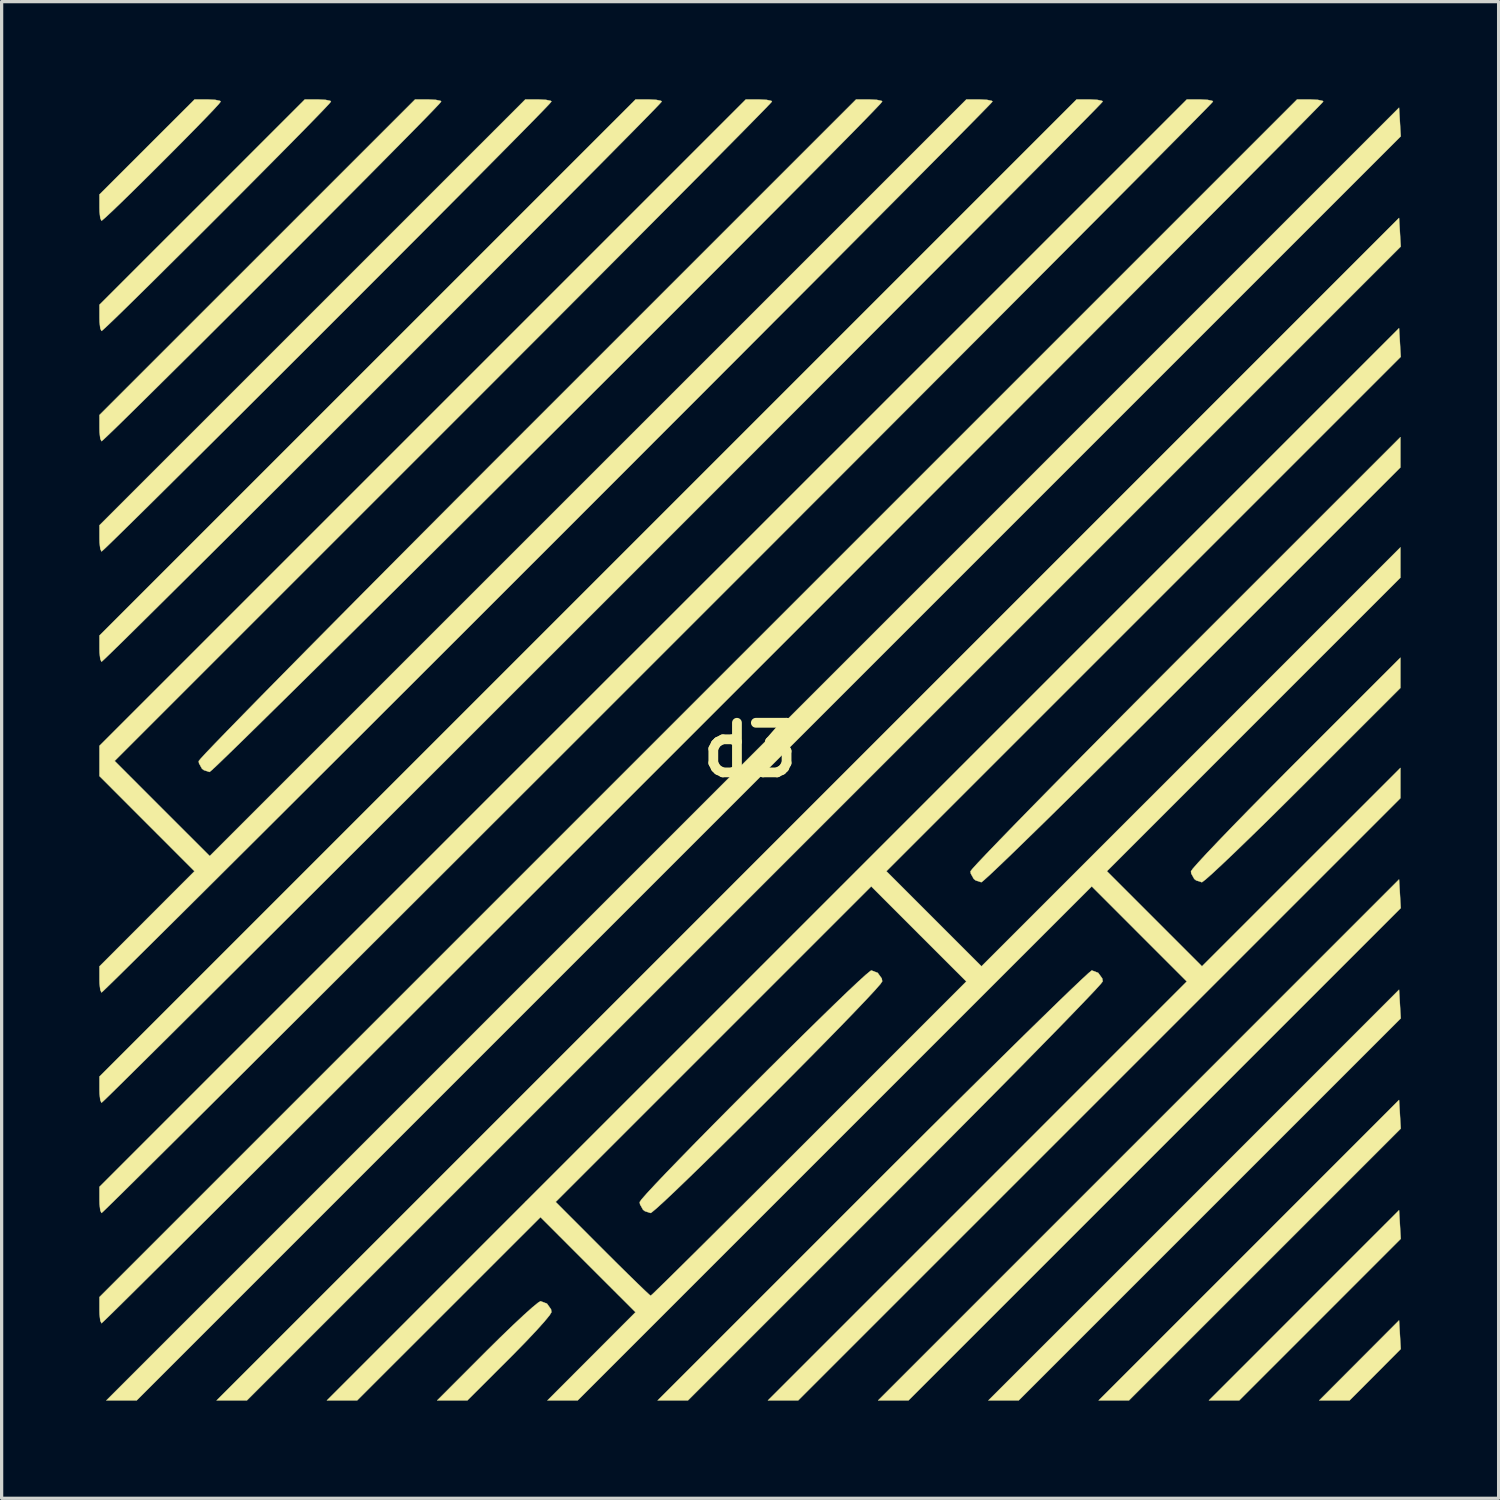
<source format=kicad_pcb>
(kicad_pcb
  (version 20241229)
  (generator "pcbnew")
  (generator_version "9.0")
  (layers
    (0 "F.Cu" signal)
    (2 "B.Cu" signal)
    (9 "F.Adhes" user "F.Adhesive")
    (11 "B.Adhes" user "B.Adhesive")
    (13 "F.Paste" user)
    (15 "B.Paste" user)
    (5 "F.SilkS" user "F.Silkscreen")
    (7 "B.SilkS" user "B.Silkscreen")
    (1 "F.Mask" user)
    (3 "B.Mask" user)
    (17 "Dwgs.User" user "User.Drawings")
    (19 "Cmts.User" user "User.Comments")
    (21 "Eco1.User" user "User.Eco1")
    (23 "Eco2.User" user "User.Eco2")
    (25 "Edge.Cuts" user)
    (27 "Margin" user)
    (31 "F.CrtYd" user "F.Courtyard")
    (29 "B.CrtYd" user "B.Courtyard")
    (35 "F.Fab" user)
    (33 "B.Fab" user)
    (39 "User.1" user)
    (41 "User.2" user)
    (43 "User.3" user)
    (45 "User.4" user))
  (footprint "d3"
    (layer "F.Cu")
    (at 19.986 19.986)
    (property "Reference" "d3" (at 0 0 0) (layer "F.SilkS") (effects (font (size 1.524 1.524) (thickness 0.3))))
    (attr through_hole)
    (fp_poly (pts (xy 19.991 -15.462) (xy 2.27 2.26) (xy -15.452 19.981) (xy -16.383 19.981) (xy 19.939 -16.342) (xy 19.991 -15.462)) (stroke (width 0.01) (type solid)) (fill yes) (layer "F.SilkS"))
    (fp_poly (pts (xy 19.965 11.191) (xy 19.991 11.631) (xy 15.817 15.806) (xy 11.642 19.981) (xy 10.711 19.981) (xy 19.939 10.751) (xy 19.965 11.191)) (stroke (width 0.01) (type solid)) (fill yes) (layer "F.SilkS"))
    (fp_poly (pts (xy 19.991 8.245) (xy 14.123 14.113) (xy 8.255 19.981) (xy 7.324 19.981) (xy 13.632 13.673) (xy 19.939 7.364) (xy 19.991 8.245)) (stroke (width 0.01) (type solid)) (fill yes) (layer "F.SilkS"))
    (fp_poly (pts (xy 19.991 -18.848) (xy 0.577 0.566) (xy -18.838 19.981) (xy -19.77 19.981) (xy 0.085 0.126) (xy 19.939 -19.729) (xy 19.991 -18.848)) (stroke (width 0.01) (type solid)) (fill yes) (layer "F.SilkS"))
    (fp_poly (pts (xy 19.965 17.962) (xy 19.991 18.402) (xy 19.205 19.192) (xy 18.418 19.981) (xy 17.486 19.981) (xy 18.712 18.752) (xy 19.939 17.522) (xy 19.965 17.962)) (stroke (width 0.01) (type solid)) (fill yes) (layer "F.SilkS"))
    (fp_poly (pts (xy 19.965 14.577) (xy 19.991 15.017) (xy 17.51 17.499) (xy 15.029 19.981) (xy 14.098 19.981) (xy 17.018 17.059) (xy 19.939 14.137) (xy 19.965 14.577)) (stroke (width 0.01) (type solid)) (fill yes) (layer "F.SilkS"))
    (fp_poly (pts (xy 19.965 4.418) (xy 19.991 4.858) (xy 12.43 12.42) (xy 4.869 19.981) (xy 3.937 19.981) (xy 11.938 11.979) (xy 19.939 3.977) (xy 19.965 4.418)) (stroke (width 0.01) (type solid)) (fill yes) (layer "F.SilkS"))
    (fp_poly (pts (xy -6.235 17.007) (xy -6.11 17.181) (xy -6.096 17.269) (xy -6.154 17.365) (xy -6.315 17.561) (xy -6.562 17.836) (xy -6.878 18.171) (xy -7.245 18.547) (xy -7.388 18.691) (xy -8.68 19.981) (xy -9.608 19.981) (xy -8.086 18.457) (xy -7.666 18.042) (xy -7.28 17.67) (xy -6.946 17.357) (xy -6.681 17.12) (xy -6.502 16.974) (xy -6.431 16.933) (xy -6.235 17.007)) (stroke (width 0.01) (type solid)) (fill yes) (layer "F.SilkS"))
    (fp_poly (pts (xy -16.423 -19.969) (xy -16.279 -19.938) (xy -16.256 -19.917) (xy -16.314 -19.842) (xy -16.474 -19.667) (xy -16.72 -19.41) (xy -17.033 -19.088) (xy -17.396 -18.719) (xy -17.789 -18.323) (xy -18.196 -17.916) (xy -18.598 -17.516) (xy -18.977 -17.142) (xy -19.316 -16.812) (xy -19.596 -16.543) (xy -19.799 -16.354) (xy -19.907 -16.262) (xy -19.919 -16.256) (xy -19.955 -16.332) (xy -19.978 -16.525) (xy -19.981 -16.659) (xy -19.981 -17.062) (xy -18.52 -18.522) (xy -17.059 -19.981) (xy -16.657 -19.981) (xy -16.423 -19.969)) (stroke (width 0.01) (type solid)) (fill yes) (layer "F.SilkS"))
    (fp_poly (pts (xy 19.981 -1.904) (xy 16.996 1.08) (xy 16.407 1.666) (xy 15.852 2.215) (xy 15.341 2.713) (xy 14.888 3.151) (xy 14.504 3.516) (xy 14.202 3.797) (xy 13.992 3.983) (xy 13.887 4.062) (xy 13.881 4.064) (xy 13.707 4.008) (xy 13.648 3.962) (xy 13.557 3.799) (xy 13.547 3.729) (xy 13.605 3.646) (xy 13.773 3.455) (xy 14.038 3.168) (xy 14.392 2.796) (xy 14.821 2.35) (xy 15.316 1.843) (xy 15.865 1.286) (xy 16.457 0.689) (xy 16.764 0.381) (xy 19.981 -2.835) (xy 19.981 -1.904)) (stroke (width 0.01) (type solid)) (fill yes) (layer "F.SilkS"))
    (fp_poly (pts (xy -13.037 -19.969) (xy -12.892 -19.939) (xy -12.869 -19.917) (xy -12.927 -19.847) (xy -13.093 -19.67) (xy -13.354 -19.4) (xy -13.696 -19.049) (xy -14.107 -18.631) (xy -14.575 -18.158) (xy -15.086 -17.643) (xy -15.627 -17.099) (xy -16.186 -16.539) (xy -16.749 -15.976) (xy -17.305 -15.422) (xy -17.84 -14.891) (xy -18.34 -14.394) (xy -18.795 -13.946) (xy -19.189 -13.559) (xy -19.511 -13.246) (xy -19.748 -13.02) (xy -19.887 -12.892) (xy -19.918 -12.869) (xy -19.955 -12.945) (xy -19.978 -13.139) (xy -19.981 -13.272) (xy -19.981 -13.675) (xy -16.827 -16.828) (xy -13.673 -19.981) (xy -13.271 -19.981) (xy -13.037 -19.969)) (stroke (width 0.01) (type solid)) (fill yes) (layer "F.SilkS"))
    (fp_poly (pts (xy 10.698 6.847) (xy 10.823 7.02) (xy 10.837 7.108) (xy 10.779 7.184) (xy 10.608 7.373) (xy 10.332 7.664) (xy 9.96 8.051) (xy 9.5 8.526) (xy 8.958 9.08) (xy 8.343 9.707) (xy 7.662 10.397) (xy 6.924 11.142) (xy 6.136 11.936) (xy 5.306 12.769) (xy 4.466 13.61) (xy -1.905 19.981) (xy -2.836 19.981) (xy 3.768 13.377) (xy 4.648 12.498) (xy 5.496 11.653) (xy 6.305 10.85) (xy 7.066 10.097) (xy 7.771 9.401) (xy 8.413 8.769) (xy 8.984 8.211) (xy 9.475 7.733) (xy 9.881 7.342) (xy 10.191 7.048) (xy 10.399 6.856) (xy 10.497 6.775) (xy 10.503 6.773) (xy 10.698 6.847)) (stroke (width 0.01) (type solid)) (fill yes) (layer "F.SilkS"))
    (fp_poly (pts (xy 19.981 -8.678) (xy 13.61 -2.307) (xy 12.745 -1.444) (xy 11.913 -0.615) (xy 11.12 0.172) (xy 10.376 0.909) (xy 9.688 1.587) (xy 9.064 2.201) (xy 8.511 2.74) (xy 8.039 3.199) (xy 7.654 3.568) (xy 7.365 3.841) (xy 7.18 4.008) (xy 7.108 4.064) (xy 6.934 4.008) (xy 6.875 3.962) (xy 6.784 3.799) (xy 6.773 3.729) (xy 6.832 3.653) (xy 7.003 3.465) (xy 7.279 3.174) (xy 7.652 2.786) (xy 8.114 2.31) (xy 8.658 1.753) (xy 9.276 1.124) (xy 9.96 0.43) (xy 10.703 -0.32) (xy 11.497 -1.12) (xy 12.335 -1.962) (xy 13.208 -2.837) (xy 13.377 -3.006) (xy 19.981 -9.609) (xy 19.981 -8.678)) (stroke (width 0.01) (type solid)) (fill yes) (layer "F.SilkS"))
    (fp_poly (pts (xy -9.65 -19.969) (xy -9.505 -19.939) (xy -9.483 -19.918) (xy -9.541 -19.849) (xy -9.709 -19.671) (xy -9.976 -19.395) (xy -10.332 -19.032) (xy -10.766 -18.592) (xy -11.267 -18.085) (xy -11.826 -17.521) (xy -12.431 -16.913) (xy -13.072 -16.269) (xy -13.738 -15.601) (xy -14.419 -14.919) (xy -15.104 -14.234) (xy -15.784 -13.556) (xy -16.446 -12.896) (xy -17.081 -12.263) (xy -17.679 -11.67) (xy -18.228 -11.126) (xy -18.718 -10.642) (xy -19.139 -10.228) (xy -19.479 -9.895) (xy -19.73 -9.654) (xy -19.879 -9.514) (xy -19.918 -9.483) (xy -19.955 -9.559) (xy -19.978 -9.752) (xy -19.981 -9.885) (xy -19.981 -10.288) (xy -15.134 -15.134) (xy -10.286 -19.981) (xy -9.885 -19.981) (xy -9.65 -19.969)) (stroke (width 0.01) (type solid)) (fill yes) (layer "F.SilkS"))
    (fp_poly (pts (xy -6.264 -19.969) (xy -6.119 -19.939) (xy -6.096 -19.918) (xy -6.155 -19.85) (xy -6.324 -19.672) (xy -6.595 -19.393) (xy -6.959 -19.022) (xy -7.407 -18.568) (xy -7.929 -18.041) (xy -8.516 -17.449) (xy -9.159 -16.802) (xy -9.849 -16.108) (xy -10.578 -15.377) (xy -11.334 -14.619) (xy -12.111 -13.841) (xy -12.897 -13.054) (xy -13.686 -12.266) (xy -14.466 -11.487) (xy -15.229 -10.726) (xy -15.966 -9.991) (xy -16.668 -9.293) (xy -17.325 -8.64) (xy -17.929 -8.04) (xy -18.469 -7.505) (xy -18.939 -7.042) (xy -19.327 -6.661) (xy -19.625 -6.37) (xy -19.823 -6.18) (xy -19.914 -6.098) (xy -19.918 -6.096) (xy -19.955 -6.172) (xy -19.978 -6.365) (xy -19.981 -6.498) (xy -19.981 -6.901) (xy -13.441 -13.441) (xy -6.9 -19.981) (xy -6.498 -19.981) (xy -6.264 -19.969)) (stroke (width 0.01) (type solid)) (fill yes) (layer "F.SilkS"))
    (fp_poly (pts (xy -2.877 -19.969) (xy -2.732 -19.939) (xy -2.709 -19.918) (xy -2.768 -19.851) (xy -2.938 -19.673) (xy -3.213 -19.391) (xy -3.582 -19.015) (xy -4.039 -18.553) (xy -4.575 -18.011) (xy -5.182 -17.4) (xy -5.852 -16.726) (xy -6.576 -15.998) (xy -7.347 -15.224) (xy -8.155 -14.413) (xy -8.994 -13.573) (xy -9.855 -12.711) (xy -10.729 -11.836) (xy -11.609 -10.956) (xy -12.486 -10.08) (xy -13.352 -9.215) (xy -14.198 -8.37) (xy -15.018 -7.553) (xy -15.802 -6.771) (xy -16.543 -6.034) (xy -17.231 -5.35) (xy -17.86 -4.726) (xy -18.42 -4.171) (xy -18.904 -3.692) (xy -19.303 -3.299) (xy -19.61 -3) (xy -19.815 -2.802) (xy -19.912 -2.713) (xy -19.918 -2.709) (xy -19.955 -2.785) (xy -19.978 -2.979) (xy -19.981 -3.112) (xy -19.981 -3.514) (xy -11.747 -11.748) (xy -3.513 -19.981) (xy -3.111 -19.981) (xy -2.877 -19.969)) (stroke (width 0.01) (type solid)) (fill yes) (layer "F.SilkS"))
    (fp_poly (pts (xy 3.925 6.847) (xy 4.049 7.02) (xy 4.064 7.108) (xy 4.006 7.193) (xy 3.839 7.383) (xy 3.577 7.665) (xy 3.232 8.027) (xy 2.818 8.456) (xy 2.347 8.938) (xy 1.832 9.461) (xy 1.287 10.011) (xy 0.723 10.577) (xy 0.155 11.144) (xy -0.405 11.701) (xy -0.945 12.234) (xy -1.45 12.73) (xy -1.91 13.176) (xy -2.309 13.56) (xy -2.636 13.868) (xy -2.878 14.088) (xy -3.021 14.207) (xy -3.053 14.224) (xy -3.226 14.168) (xy -3.285 14.122) (xy -3.376 13.959) (xy -3.387 13.889) (xy -3.328 13.804) (xy -3.161 13.614) (xy -2.899 13.332) (xy -2.555 12.97) (xy -2.14 12.542) (xy -1.67 12.06) (xy -1.155 11.537) (xy -0.609 10.986) (xy -0.046 10.421) (xy 0.522 9.853) (xy 1.083 9.296) (xy 1.622 8.764) (xy 2.128 8.268) (xy 2.587 7.821) (xy 2.986 7.437) (xy 3.313 7.129) (xy 3.555 6.909) (xy 3.698 6.791) (xy 3.73 6.773) (xy 3.925 6.847)) (stroke (width 0.01) (type solid)) (fill yes) (layer "F.SilkS"))
    (fp_poly (pts (xy 10.67 -19.969) (xy 10.815 -19.939) (xy 10.837 -19.918) (xy 10.778 -19.853) (xy 10.606 -19.674) (xy 10.325 -19.388) (xy 9.943 -19.001) (xy 9.466 -18.519) (xy 8.899 -17.947) (xy 8.249 -17.293) (xy 7.522 -16.562) (xy 6.724 -15.76) (xy 5.861 -14.894) (xy 4.939 -13.97) (xy 3.965 -12.993) (xy 2.944 -11.969) (xy 1.883 -10.906) (xy 0.787 -9.809) (xy -0.337 -8.683) (xy -1.483 -7.536) (xy -2.645 -6.374) (xy -3.817 -5.201) (xy -4.993 -4.026) (xy -6.166 -2.853) (xy -7.331 -1.689) (xy -8.481 -0.539) (xy -9.61 0.589) (xy -10.713 1.69) (xy -11.783 2.758) (xy -12.814 3.787) (xy -13.8 4.77) (xy -14.734 5.701) (xy -15.611 6.575) (xy -16.425 7.385) (xy -17.169 8.125) (xy -17.837 8.79) (xy -18.424 9.372) (xy -18.922 9.865) (xy -19.327 10.265) (xy -19.631 10.564) (xy -19.829 10.756) (xy -19.915 10.835) (xy -19.918 10.837) (xy -19.955 10.761) (xy -19.978 10.568) (xy -19.981 10.435) (xy -19.981 10.033) (xy -4.974 -4.974) (xy 10.033 -19.981) (xy 10.435 -19.981) (xy 10.67 -19.969)) (stroke (width 0.01) (type solid)) (fill yes) (layer "F.SilkS"))
    (fp_poly (pts (xy 14.056 -19.969) (xy 14.201 -19.939) (xy 14.224 -19.918) (xy 14.165 -19.853) (xy 13.992 -19.674) (xy 13.711 -19.388) (xy 13.327 -18.999) (xy 12.846 -18.514) (xy 12.275 -17.938) (xy 11.618 -17.277) (xy 10.883 -16.538) (xy 10.073 -15.725) (xy 9.197 -14.845) (xy 8.258 -13.903) (xy 7.263 -12.905) (xy 6.218 -11.858) (xy 5.128 -10.766) (xy 4 -9.636) (xy 2.839 -8.473) (xy 1.65 -7.284) (xy 0.441 -6.073) (xy -0.784 -4.848) (xy -2.019 -3.613) (xy -3.258 -2.374) (xy -4.494 -1.138) (xy -5.723 0.091) (xy -6.939 1.305) (xy -8.135 2.5) (xy -9.306 3.67) (xy -10.446 4.808) (xy -11.549 5.909) (xy -12.61 6.968) (xy -13.622 7.978) (xy -14.581 8.933) (xy -15.479 9.829) (xy -16.312 10.658) (xy -17.073 11.415) (xy -17.757 12.095) (xy -18.358 12.691) (xy -18.869 13.199) (xy -19.286 13.611) (xy -19.603 13.922) (xy -19.813 14.127) (xy -19.911 14.219) (xy -19.918 14.224) (xy -19.955 14.148) (xy -19.978 13.955) (xy -19.981 13.822) (xy -19.981 13.42) (xy -3.281 -3.281) (xy 13.42 -19.981) (xy 13.822 -19.981) (xy 14.056 -19.969)) (stroke (width 0.01) (type solid)) (fill yes) (layer "F.SilkS"))
    (fp_poly (pts (xy 17.443 -19.969) (xy 17.588 -19.939) (xy 17.611 -19.918) (xy 17.552 -19.853) (xy 17.378 -19.674) (xy 17.096 -19.387) (xy 16.711 -18.997) (xy 16.228 -18.509) (xy 15.652 -17.93) (xy 14.99 -17.263) (xy 14.247 -16.516) (xy 13.428 -15.694) (xy 12.539 -14.802) (xy 11.586 -13.846) (xy 10.573 -12.83) (xy 9.507 -11.762) (xy 8.393 -10.646) (xy 7.237 -9.487) (xy 6.043 -8.293) (xy 4.819 -7.067) (xy 3.568 -5.815) (xy 2.298 -4.543) (xy 1.012 -3.257) (xy -0.283 -1.962) (xy -1.581 -0.664) (xy -2.878 0.633) (xy -4.167 1.922) (xy -5.444 3.197) (xy -6.702 4.455) (xy -7.936 5.687) (xy -9.141 6.89) (xy -10.31 8.058) (xy -11.439 9.185) (xy -12.522 10.266) (xy -13.554 11.295) (xy -14.528 12.266) (xy -15.44 13.174) (xy -16.283 14.014) (xy -17.053 14.78) (xy -17.743 15.467) (xy -18.349 16.068) (xy -18.864 16.579) (xy -19.283 16.994) (xy -19.601 17.307) (xy -19.812 17.512) (xy -19.911 17.606) (xy -19.918 17.611) (xy -19.955 17.535) (xy -19.978 17.341) (xy -19.981 17.209) (xy -19.981 16.806) (xy 16.806 -19.981) (xy 17.208 -19.981) (xy 17.443 -19.969)) (stroke (width 0.01) (type solid)) (fill yes) (layer "F.SilkS"))
    (fp_poly (pts (xy 19.965 -12.515) (xy 19.991 -12.075) (xy 12.091 -4.175) (xy 4.191 3.725) (xy 7.112 6.646) (xy 13.547 0.212) (xy 19.981 -6.223) (xy 19.981 -5.292) (xy 10.965 3.725) (xy 13.885 6.646) (xy 19.981 0.551) (xy 19.981 1.482) (xy 10.731 10.732) (xy 1.481 19.981) (xy 0.551 19.981) (xy 6.985 13.547) (xy 13.419 7.112) (xy 11.959 5.652) (xy 10.499 4.191) (xy 2.603 12.086) (xy -5.292 19.981) (xy -6.221 19.981) (xy -4.868 18.626) (xy -3.515 17.271) (xy -4.975 15.812) (xy -6.434 14.352) (xy -12.066 19.981) (xy -12.996 19.981) (xy -6.9 13.884) (xy -5.968 13.884) (xy -4.53 15.324) (xy -4.127 15.726) (xy -3.764 16.084) (xy -3.458 16.383) (xy -3.226 16.606) (xy -3.085 16.737) (xy -3.049 16.764) (xy -2.983 16.706) (xy -2.808 16.536) (xy -2.53 16.265) (xy -2.16 15.9) (xy -1.707 15.452) (xy -1.179 14.928) (xy -0.586 14.338) (xy 0.064 13.691) (xy 0.761 12.996) (xy 1.497 12.261) (xy 1.82 11.938) (xy 6.646 7.112) (xy 5.185 5.652) (xy 3.725 4.191) (xy -5.968 13.884) (xy -6.9 13.884) (xy 19.939 -12.956) (xy 19.965 -12.515)) (stroke (width 0.01) (type solid)) (fill yes) (layer "F.SilkS"))
    (fp_poly (pts (xy 3.896 -19.969) (xy 4.041 -19.939) (xy 4.064 -19.918) (xy 4.005 -19.847) (xy 3.833 -19.666) (xy 3.556 -19.379) (xy 3.182 -18.996) (xy 2.716 -18.524) (xy 2.168 -17.97) (xy 1.545 -17.342) (xy 0.854 -16.647) (xy 0.102 -15.892) (xy -0.702 -15.085) (xy -1.552 -14.234) (xy -2.439 -13.346) (xy -3.357 -12.429) (xy -4.298 -11.489) (xy -5.254 -10.535) (xy -6.218 -9.574) (xy -7.183 -8.613) (xy -8.14 -7.66) (xy -9.083 -6.722) (xy -10.004 -5.807) (xy -10.895 -4.922) (xy -11.749 -4.075) (xy -12.558 -3.273) (xy -13.315 -2.524) (xy -14.013 -1.835) (xy -14.644 -1.214) (xy -15.2 -0.667) (xy -15.674 -0.203) (xy -16.058 0.17) (xy -16.345 0.447) (xy -16.528 0.618) (xy -16.599 0.677) (xy -16.599 0.677) (xy -16.773 0.621) (xy -16.832 0.576) (xy -16.923 0.412) (xy -16.933 0.343) (xy -16.874 0.27) (xy -16.702 0.083) (xy -16.422 -0.21) (xy -16.04 -0.604) (xy -15.563 -1.093) (xy -14.998 -1.67) (xy -14.349 -2.329) (xy -13.624 -3.064) (xy -12.828 -3.868) (xy -11.969 -4.735) (xy -11.051 -5.659) (xy -10.081 -6.634) (xy -9.066 -7.653) (xy -8.011 -8.71) (xy -6.923 -9.799) (xy -6.837 -9.885) (xy 3.26 -19.981) (xy 3.662 -19.981) (xy 3.896 -19.969)) (stroke (width 0.01) (type solid)) (fill yes) (layer "F.SilkS"))
    (fp_poly (pts (xy 0.51 -19.969) (xy 0.655 -19.939) (xy 0.677 -19.918) (xy 0.618 -19.852) (xy 0.446 -19.673) (xy 0.166 -19.387) (xy -0.215 -18.999) (xy -0.692 -18.517) (xy -1.257 -17.946) (xy -1.905 -17.293) (xy -2.63 -16.564) (xy -3.425 -15.765) (xy -4.284 -14.902) (xy -5.201 -13.982) (xy -6.17 -13.01) (xy -7.185 -11.994) (xy -8.239 -10.938) (xy -9.327 -9.85) (xy -9.419 -9.758) (xy -19.515 0.338) (xy -18.055 1.799) (xy -16.594 3.259) (xy -4.974 -8.361) (xy 6.647 -19.981) (xy 7.049 -19.981) (xy 7.283 -19.969) (xy 7.428 -19.939) (xy 7.451 -19.918) (xy 7.392 -19.852) (xy 7.219 -19.674) (xy 6.94 -19.389) (xy 6.56 -19.003) (xy 6.087 -18.525) (xy 5.525 -17.959) (xy 4.883 -17.312) (xy 4.166 -16.591) (xy 3.381 -15.803) (xy 2.535 -14.953) (xy 1.633 -14.048) (xy 0.683 -13.096) (xy -0.309 -12.101) (xy -1.337 -11.071) (xy -2.395 -10.013) (xy -3.474 -8.932) (xy -4.571 -7.835) (xy -5.676 -6.728) (xy -6.786 -5.619) (xy -7.892 -4.514) (xy -8.988 -3.418) (xy -10.068 -2.339) (xy -11.125 -1.284) (xy -12.153 -0.257) (xy -13.146 0.733) (xy -14.096 1.681) (xy -14.998 2.58) (xy -15.845 3.423) (xy -16.63 4.205) (xy -17.347 4.918) (xy -17.99 5.556) (xy -18.552 6.113) (xy -19.026 6.582) (xy -19.406 6.957) (xy -19.686 7.231) (xy -19.859 7.398) (xy -19.918 7.451) (xy -19.955 7.375) (xy -19.978 7.182) (xy -19.981 7.049) (xy -19.981 6.648) (xy -18.522 5.187) (xy -17.062 3.725) (xy -18.522 2.264) (xy -19.981 0.803) (xy -19.981 -0.127) (xy -10.054 -10.054) (xy -0.127 -19.981) (xy 0.275 -19.981) (xy 0.51 -19.969)) (stroke (width 0.01) (type solid)) (fill yes) (layer "F.SilkS")))
  (gr_rect
    (start -3 -3)
    (end 42.983 42.973)
    (stroke (width 0.1) (type default))
    (fill no)
    (layer "Edge.Cuts")))
</source>
